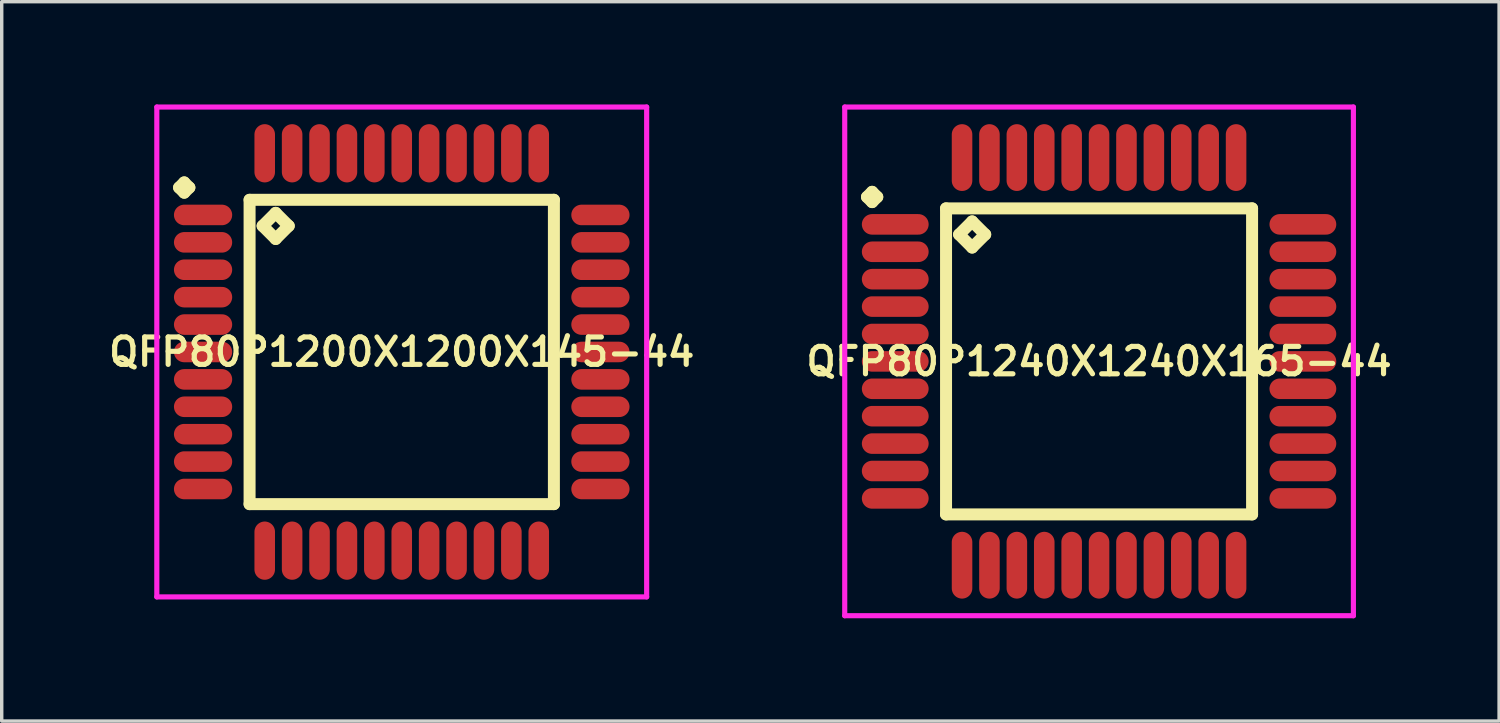
<source format=kicad_pcb>
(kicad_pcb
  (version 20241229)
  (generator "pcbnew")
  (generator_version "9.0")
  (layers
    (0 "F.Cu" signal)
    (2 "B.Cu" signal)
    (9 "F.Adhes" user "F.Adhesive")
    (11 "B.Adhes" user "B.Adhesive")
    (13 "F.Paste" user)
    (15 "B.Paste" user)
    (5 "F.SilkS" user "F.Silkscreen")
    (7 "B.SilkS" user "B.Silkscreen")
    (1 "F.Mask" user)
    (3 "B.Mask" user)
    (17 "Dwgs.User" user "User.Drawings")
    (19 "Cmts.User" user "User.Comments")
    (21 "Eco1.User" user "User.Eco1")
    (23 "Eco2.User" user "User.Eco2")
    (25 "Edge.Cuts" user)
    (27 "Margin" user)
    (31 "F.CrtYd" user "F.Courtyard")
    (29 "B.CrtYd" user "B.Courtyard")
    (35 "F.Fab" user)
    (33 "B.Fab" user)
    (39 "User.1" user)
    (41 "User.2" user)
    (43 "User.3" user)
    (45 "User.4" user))
  (footprint "QFP80P1200X1200X145-44"
    (layer "F.Cu")
    (at 8.678 7.225)
    (property "Reference" "QFP80P1200X1200X145-44" (at 0 0 0) (layer "F.SilkS") (effects (font (size 0.8 0.8) (thickness 0.15))))
    (attr smd)
    (fp_line (start -6.5 -4.8) (end -6.35 -4.95) (stroke (width 0.35) (type solid)) (layer "F.SilkS"))
    (fp_line (start -6.35 -4.95) (end -6.2 -4.8) (stroke (width 0.35) (type solid)) (layer "F.SilkS"))
    (fp_line (start -6.35 -4.65) (end -6.5 -4.8) (stroke (width 0.35) (type solid)) (layer "F.SilkS"))
    (fp_line (start -6.2 -4.8) (end -6.35 -4.65) (stroke (width 0.35) (type solid)) (layer "F.SilkS"))
    (fp_line (start -4.442 -4.442) (end -4.442 4.442) (stroke (width 0.35) (type solid)) (layer "F.SilkS"))
    (fp_line (start -4.442 4.442) (end 4.442 4.442) (stroke (width 0.35) (type solid)) (layer "F.SilkS"))
    (fp_line (start -4.061 -3.68) (end -3.68 -4.061) (stroke (width 0.35) (type solid)) (layer "F.SilkS"))
    (fp_line (start -3.68 -4.061) (end -3.299 -3.68) (stroke (width 0.35) (type solid)) (layer "F.SilkS"))
    (fp_line (start -3.68 -3.299) (end -4.061 -3.68) (stroke (width 0.35) (type solid)) (layer "F.SilkS"))
    (fp_line (start -3.299 -3.68) (end -3.68 -3.299) (stroke (width 0.35) (type solid)) (layer "F.SilkS"))
    (fp_line (start 4.442 -4.442) (end -4.442 -4.442) (stroke (width 0.35) (type solid)) (layer "F.SilkS"))
    (fp_line (start 4.442 4.442) (end 4.442 -4.442) (stroke (width 0.35) (type solid)) (layer "F.SilkS"))
    (fp_line (start -7.15 -7.15) (end 7.15 -7.15) (stroke (width 0.15) (type solid)) (layer "F.CrtYd"))
    (fp_line (start -7.15 7.15) (end -7.15 -7.15) (stroke (width 0.15) (type solid)) (layer "F.CrtYd"))
    (fp_line (start 7.15 -7.15) (end 7.15 7.15) (stroke (width 0.15) (type solid)) (layer "F.CrtYd"))
    (fp_line (start 7.15 7.15) (end -7.15 7.15) (stroke (width 0.15) (type solid)) (layer "F.CrtYd"))
    (pad "1" smd oval (at -5.8 -4) (size 1.7 0.6) (layers "F.Cu" "F.Mask" "F.Paste"))
    (pad "2" smd oval (at -5.8 -3.2) (size 1.7 0.6) (layers "F.Cu" "F.Mask" "F.Paste"))
    (pad "3" smd oval (at -5.8 -2.4) (size 1.7 0.6) (layers "F.Cu" "F.Mask" "F.Paste"))
    (pad "4" smd oval (at -5.8 -1.6) (size 1.7 0.6) (layers "F.Cu" "F.Mask" "F.Paste"))
    (pad "5" smd oval (at -5.8 -0.8) (size 1.7 0.6) (layers "F.Cu" "F.Mask" "F.Paste"))
    (pad "6" smd oval (at -5.8 0) (size 1.7 0.6) (layers "F.Cu" "F.Mask" "F.Paste"))
    (pad "7" smd oval (at -5.8 0.8) (size 1.7 0.6) (layers "F.Cu" "F.Mask" "F.Paste"))
    (pad "8" smd oval (at -5.8 1.6) (size 1.7 0.6) (layers "F.Cu" "F.Mask" "F.Paste"))
    (pad "9" smd oval (at -5.8 2.4) (size 1.7 0.6) (layers "F.Cu" "F.Mask" "F.Paste"))
    (pad "10" smd oval (at -5.8 3.2) (size 1.7 0.6) (layers "F.Cu" "F.Mask" "F.Paste"))
    (pad "11" smd oval (at -5.8 4) (size 1.7 0.6) (layers "F.Cu" "F.Mask" "F.Paste"))
    (pad "12" smd oval (at -4 5.8) (size 0.6 1.7) (layers "F.Cu" "F.Mask" "F.Paste"))
    (pad "13" smd oval (at -3.2 5.8) (size 0.6 1.7) (layers "F.Cu" "F.Mask" "F.Paste"))
    (pad "14" smd oval (at -2.4 5.8) (size 0.6 1.7) (layers "F.Cu" "F.Mask" "F.Paste"))
    (pad "15" smd oval (at -1.6 5.8) (size 0.6 1.7) (layers "F.Cu" "F.Mask" "F.Paste"))
    (pad "16" smd oval (at -0.8 5.8) (size 0.6 1.7) (layers "F.Cu" "F.Mask" "F.Paste"))
    (pad "17" smd oval (at 0 5.8) (size 0.6 1.7) (layers "F.Cu" "F.Mask" "F.Paste"))
    (pad "18" smd oval (at 0.8 5.8) (size 0.6 1.7) (layers "F.Cu" "F.Mask" "F.Paste"))
    (pad "19" smd oval (at 1.6 5.8) (size 0.6 1.7) (layers "F.Cu" "F.Mask" "F.Paste"))
    (pad "20" smd oval (at 2.4 5.8) (size 0.6 1.7) (layers "F.Cu" "F.Mask" "F.Paste"))
    (pad "21" smd oval (at 3.2 5.8) (size 0.6 1.7) (layers "F.Cu" "F.Mask" "F.Paste"))
    (pad "22" smd oval (at 4 5.8) (size 0.6 1.7) (layers "F.Cu" "F.Mask" "F.Paste"))
    (pad "23" smd oval (at 5.8 4) (size 1.7 0.6) (layers "F.Cu" "F.Mask" "F.Paste"))
    (pad "24" smd oval (at 5.8 3.2) (size 1.7 0.6) (layers "F.Cu" "F.Mask" "F.Paste"))
    (pad "25" smd oval (at 5.8 2.4) (size 1.7 0.6) (layers "F.Cu" "F.Mask" "F.Paste"))
    (pad "26" smd oval (at 5.8 1.6) (size 1.7 0.6) (layers "F.Cu" "F.Mask" "F.Paste"))
    (pad "27" smd oval (at 5.8 0.8) (size 1.7 0.6) (layers "F.Cu" "F.Mask" "F.Paste"))
    (pad "28" smd oval (at 5.8 0) (size 1.7 0.6) (layers "F.Cu" "F.Mask" "F.Paste"))
    (pad "29" smd oval (at 5.8 -0.8) (size 1.7 0.6) (layers "F.Cu" "F.Mask" "F.Paste"))
    (pad "30" smd oval (at 5.8 -1.6) (size 1.7 0.6) (layers "F.Cu" "F.Mask" "F.Paste"))
    (pad "31" smd oval (at 5.8 -2.4) (size 1.7 0.6) (layers "F.Cu" "F.Mask" "F.Paste"))
    (pad "32" smd oval (at 5.8 -3.2) (size 1.7 0.6) (layers "F.Cu" "F.Mask" "F.Paste"))
    (pad "33" smd oval (at 5.8 -4) (size 1.7 0.6) (layers "F.Cu" "F.Mask" "F.Paste"))
    (pad "34" smd oval (at 4 -5.8) (size 0.6 1.7) (layers "F.Cu" "F.Mask" "F.Paste"))
    (pad "35" smd oval (at 3.2 -5.8) (size 0.6 1.7) (layers "F.Cu" "F.Mask" "F.Paste"))
    (pad "36" smd oval (at 2.4 -5.8) (size 0.6 1.7) (layers "F.Cu" "F.Mask" "F.Paste"))
    (pad "37" smd oval (at 1.6 -5.8) (size 0.6 1.7) (layers "F.Cu" "F.Mask" "F.Paste"))
    (pad "38" smd oval (at 0.8 -5.8) (size 0.6 1.7) (layers "F.Cu" "F.Mask" "F.Paste"))
    (pad "39" smd oval (at 0 -5.8) (size 0.6 1.7) (layers "F.Cu" "F.Mask" "F.Paste"))
    (pad "40" smd oval (at -0.8 -5.8) (size 0.6 1.7) (layers "F.Cu" "F.Mask" "F.Paste"))
    (pad "41" smd oval (at -1.6 -5.8) (size 0.6 1.7) (layers "F.Cu" "F.Mask" "F.Paste"))
    (pad "42" smd oval (at -2.4 -5.8) (size 0.6 1.7) (layers "F.Cu" "F.Mask" "F.Paste"))
    (pad "43" smd oval (at -3.2 -5.8) (size 0.6 1.7) (layers "F.Cu" "F.Mask" "F.Paste"))
    (pad "44" smd oval (at -4 -5.8) (size 0.6 1.7) (layers "F.Cu" "F.Mask" "F.Paste")))
  (footprint "QFP80P1240X1240X165-44"
    (layer "F.Cu")
    (at 29.035 7.5)
    (property "Reference" "QFP80P1240X1240X165-44" (at 0 0 0) (layer "F.SilkS") (effects (font (size 0.8 0.8) (thickness 0.15))))
    (attr smd)
    (fp_line (start -6.775 -4.8) (end -6.625 -4.95) (stroke (width 0.35) (type solid)) (layer "F.SilkS"))
    (fp_line (start -6.625 -4.95) (end -6.475 -4.8) (stroke (width 0.35) (type solid)) (layer "F.SilkS"))
    (fp_line (start -6.625 -4.65) (end -6.775 -4.8) (stroke (width 0.35) (type solid)) (layer "F.SilkS"))
    (fp_line (start -6.475 -4.8) (end -6.625 -4.65) (stroke (width 0.35) (type solid)) (layer "F.SilkS"))
    (fp_line (start -4.467 -4.467) (end -4.467 4.467) (stroke (width 0.35) (type solid)) (layer "F.SilkS"))
    (fp_line (start -4.467 4.467) (end 4.467 4.467) (stroke (width 0.35) (type solid)) (layer "F.SilkS"))
    (fp_line (start -4.086 -3.705) (end -3.705 -4.086) (stroke (width 0.35) (type solid)) (layer "F.SilkS"))
    (fp_line (start -3.705 -4.086) (end -3.324 -3.705) (stroke (width 0.35) (type solid)) (layer "F.SilkS"))
    (fp_line (start -3.705 -3.324) (end -4.086 -3.705) (stroke (width 0.35) (type solid)) (layer "F.SilkS"))
    (fp_line (start -3.324 -3.705) (end -3.705 -3.324) (stroke (width 0.35) (type solid)) (layer "F.SilkS"))
    (fp_line (start 4.467 -4.467) (end -4.467 -4.467) (stroke (width 0.35) (type solid)) (layer "F.SilkS"))
    (fp_line (start 4.467 4.467) (end 4.467 -4.467) (stroke (width 0.35) (type solid)) (layer "F.SilkS"))
    (fp_line (start -7.425 -7.425) (end 7.425 -7.425) (stroke (width 0.15) (type solid)) (layer "F.CrtYd"))
    (fp_line (start -7.425 7.425) (end -7.425 -7.425) (stroke (width 0.15) (type solid)) (layer "F.CrtYd"))
    (fp_line (start 7.425 -7.425) (end 7.425 7.425) (stroke (width 0.15) (type solid)) (layer "F.CrtYd"))
    (fp_line (start 7.425 7.425) (end -7.425 7.425) (stroke (width 0.15) (type solid)) (layer "F.CrtYd"))
    (pad "1" smd oval (at -5.95 -4) (size 1.95 0.6) (layers "F.Cu" "F.Mask" "F.Paste"))
    (pad "2" smd oval (at -5.95 -3.2) (size 1.95 0.6) (layers "F.Cu" "F.Mask" "F.Paste"))
    (pad "3" smd oval (at -5.95 -2.4) (size 1.95 0.6) (layers "F.Cu" "F.Mask" "F.Paste"))
    (pad "4" smd oval (at -5.95 -1.6) (size 1.95 0.6) (layers "F.Cu" "F.Mask" "F.Paste"))
    (pad "5" smd oval (at -5.95 -0.8) (size 1.95 0.6) (layers "F.Cu" "F.Mask" "F.Paste"))
    (pad "6" smd oval (at -5.95 0) (size 1.95 0.6) (layers "F.Cu" "F.Mask" "F.Paste"))
    (pad "7" smd oval (at -5.95 0.8) (size 1.95 0.6) (layers "F.Cu" "F.Mask" "F.Paste"))
    (pad "8" smd oval (at -5.95 1.6) (size 1.95 0.6) (layers "F.Cu" "F.Mask" "F.Paste"))
    (pad "9" smd oval (at -5.95 2.4) (size 1.95 0.6) (layers "F.Cu" "F.Mask" "F.Paste"))
    (pad "10" smd oval (at -5.95 3.2) (size 1.95 0.6) (layers "F.Cu" "F.Mask" "F.Paste"))
    (pad "11" smd oval (at -5.95 4) (size 1.95 0.6) (layers "F.Cu" "F.Mask" "F.Paste"))
    (pad "12" smd oval (at -4 5.95) (size 0.6 1.95) (layers "F.Cu" "F.Mask" "F.Paste"))
    (pad "13" smd oval (at -3.2 5.95) (size 0.6 1.95) (layers "F.Cu" "F.Mask" "F.Paste"))
    (pad "14" smd oval (at -2.4 5.95) (size 0.6 1.95) (layers "F.Cu" "F.Mask" "F.Paste"))
    (pad "15" smd oval (at -1.6 5.95) (size 0.6 1.95) (layers "F.Cu" "F.Mask" "F.Paste"))
    (pad "16" smd oval (at -0.8 5.95) (size 0.6 1.95) (layers "F.Cu" "F.Mask" "F.Paste"))
    (pad "17" smd oval (at 0 5.95) (size 0.6 1.95) (layers "F.Cu" "F.Mask" "F.Paste"))
    (pad "18" smd oval (at 0.8 5.95) (size 0.6 1.95) (layers "F.Cu" "F.Mask" "F.Paste"))
    (pad "19" smd oval (at 1.6 5.95) (size 0.6 1.95) (layers "F.Cu" "F.Mask" "F.Paste"))
    (pad "20" smd oval (at 2.4 5.95) (size 0.6 1.95) (layers "F.Cu" "F.Mask" "F.Paste"))
    (pad "21" smd oval (at 3.2 5.95) (size 0.6 1.95) (layers "F.Cu" "F.Mask" "F.Paste"))
    (pad "22" smd oval (at 4 5.95) (size 0.6 1.95) (layers "F.Cu" "F.Mask" "F.Paste"))
    (pad "23" smd oval (at 5.95 4) (size 1.95 0.6) (layers "F.Cu" "F.Mask" "F.Paste"))
    (pad "24" smd oval (at 5.95 3.2) (size 1.95 0.6) (layers "F.Cu" "F.Mask" "F.Paste"))
    (pad "25" smd oval (at 5.95 2.4) (size 1.95 0.6) (layers "F.Cu" "F.Mask" "F.Paste"))
    (pad "26" smd oval (at 5.95 1.6) (size 1.95 0.6) (layers "F.Cu" "F.Mask" "F.Paste"))
    (pad "27" smd oval (at 5.95 0.8) (size 1.95 0.6) (layers "F.Cu" "F.Mask" "F.Paste"))
    (pad "28" smd oval (at 5.95 0) (size 1.95 0.6) (layers "F.Cu" "F.Mask" "F.Paste"))
    (pad "29" smd oval (at 5.95 -0.8) (size 1.95 0.6) (layers "F.Cu" "F.Mask" "F.Paste"))
    (pad "30" smd oval (at 5.95 -1.6) (size 1.95 0.6) (layers "F.Cu" "F.Mask" "F.Paste"))
    (pad "31" smd oval (at 5.95 -2.4) (size 1.95 0.6) (layers "F.Cu" "F.Mask" "F.Paste"))
    (pad "32" smd oval (at 5.95 -3.2) (size 1.95 0.6) (layers "F.Cu" "F.Mask" "F.Paste"))
    (pad "33" smd oval (at 5.95 -4) (size 1.95 0.6) (layers "F.Cu" "F.Mask" "F.Paste"))
    (pad "34" smd oval (at 4 -5.95) (size 0.6 1.95) (layers "F.Cu" "F.Mask" "F.Paste"))
    (pad "35" smd oval (at 3.2 -5.95) (size 0.6 1.95) (layers "F.Cu" "F.Mask" "F.Paste"))
    (pad "36" smd oval (at 2.4 -5.95) (size 0.6 1.95) (layers "F.Cu" "F.Mask" "F.Paste"))
    (pad "37" smd oval (at 1.6 -5.95) (size 0.6 1.95) (layers "F.Cu" "F.Mask" "F.Paste"))
    (pad "38" smd oval (at 0.8 -5.95) (size 0.6 1.95) (layers "F.Cu" "F.Mask" "F.Paste"))
    (pad "39" smd oval (at 0 -5.95) (size 0.6 1.95) (layers "F.Cu" "F.Mask" "F.Paste"))
    (pad "40" smd oval (at -0.8 -5.95) (size 0.6 1.95) (layers "F.Cu" "F.Mask" "F.Paste"))
    (pad "41" smd oval (at -1.6 -5.95) (size 0.6 1.95) (layers "F.Cu" "F.Mask" "F.Paste"))
    (pad "42" smd oval (at -2.4 -5.95) (size 0.6 1.95) (layers "F.Cu" "F.Mask" "F.Paste"))
    (pad "43" smd oval (at -3.2 -5.95) (size 0.6 1.95) (layers "F.Cu" "F.Mask" "F.Paste"))
    (pad "44" smd oval (at -4 -5.95) (size 0.6 1.95) (layers "F.Cu" "F.Mask" "F.Paste")))
  (gr_rect
    (start -3 -3)
    (end 40.713 18)
    (stroke (width 0.1) (type default))
    (fill no)
    (layer "Edge.Cuts")))
</source>
